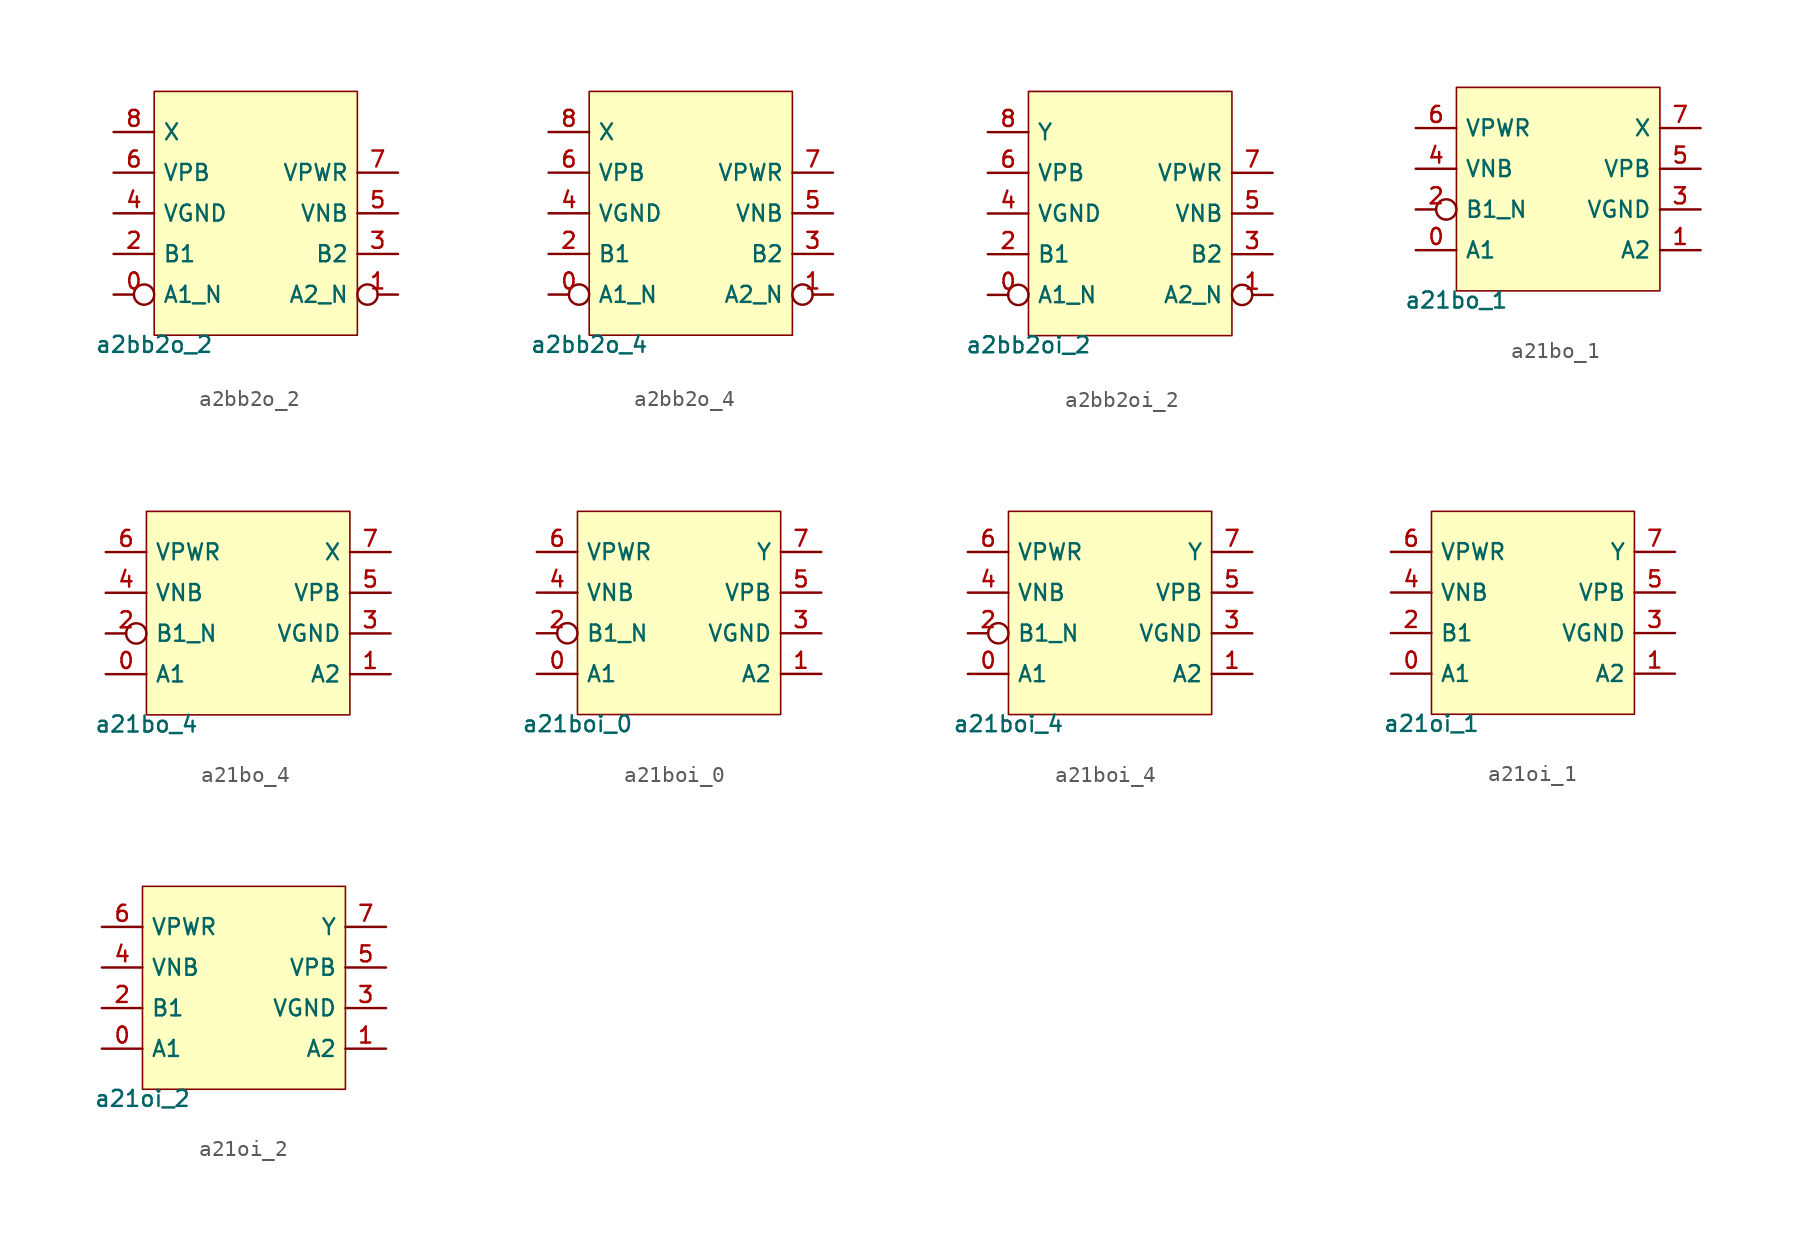
<source format=kicad_sym>
(kicad_symbol_lib
  (version 20211014)
  (generator pdk2kicad)
  (symbol "a2bb2o_2"
    (property "Reference" "X"
      (at 0 0 0)
      (effects (font (size 1 1)) hide))
    (property "Value" "a2bb2o_2"
      (at -6.35 -7.62 0)
      (effects (font (size 1 1)) (justify top)))
    (rectangle
      (start -6.35 -7.62)
      (end 6.35 7.62)
      (stroke (width 0.1) (type solid) (color 0 0 0 0))
      (fill (type background)))
    (pin bidirectional inverted
      (at -8.89 -5.08 0)
      (length 2.54)
      (name "A1_N" (effects (font (size 1 1)) hide))
      (number "0" (effects (font (size 1 1)) hide)))
    (pin bidirectional inverted
      (at 8.89 -5.08 180)
      (length 2.54)
      (name "A2_N" (effects (font (size 1 1)) hide))
      (number "1" (effects (font (size 1 1)) hide)))
    (pin bidirectional line
      (at -8.89 -2.54 0)
      (length 2.54)
      (name "B1" (effects (font (size 1 1)) hide))
      (number "2" (effects (font (size 1 1)) hide)))
    (pin bidirectional line
      (at 8.89 -2.54 180)
      (length 2.54)
      (name "B2" (effects (font (size 1 1)) hide))
      (number "3" (effects (font (size 1 1)) hide)))
    (pin bidirectional line
      (at -8.89 8.881784197001252e-16 0)
      (length 2.54)
      (name "VGND" (effects (font (size 1 1)) hide))
      (number "4" (effects (font (size 1 1)) hide)))
    (pin bidirectional line
      (at 8.89 8.881784197001252e-16 180)
      (length 2.54)
      (name "VNB" (effects (font (size 1 1)) hide))
      (number "5" (effects (font (size 1 1)) hide)))
    (pin bidirectional line
      (at -8.89 2.54 0)
      (length 2.54)
      (name "VPB" (effects (font (size 1 1)) hide))
      (number "6" (effects (font (size 1 1)) hide)))
    (pin bidirectional line
      (at 8.89 2.54 180)
      (length 2.54)
      (name "VPWR" (effects (font (size 1 1)) hide))
      (number "7" (effects (font (size 1 1)) hide)))
    (pin bidirectional line
      (at -8.89 5.08 0)
      (length 2.54)
      (name "X" (effects (font (size 1 1)) hide))
      (number "8" (effects (font (size 1 1)) hide))))
  (symbol "a2bb2o_4"
    (property "Reference" "X"
      (at 0 0 0)
      (effects (font (size 1 1)) hide))
    (property "Value" "a2bb2o_4"
      (at -6.35 -7.62 0)
      (effects (font (size 1 1)) (justify top)))
    (rectangle
      (start -6.35 -7.62)
      (end 6.35 7.62)
      (stroke (width 0.1) (type solid) (color 0 0 0 0))
      (fill (type background)))
    (pin bidirectional inverted
      (at -8.89 -5.08 0)
      (length 2.54)
      (name "A1_N" (effects (font (size 1 1)) hide))
      (number "0" (effects (font (size 1 1)) hide)))
    (pin bidirectional inverted
      (at 8.89 -5.08 180)
      (length 2.54)
      (name "A2_N" (effects (font (size 1 1)) hide))
      (number "1" (effects (font (size 1 1)) hide)))
    (pin bidirectional line
      (at -8.89 -2.54 0)
      (length 2.54)
      (name "B1" (effects (font (size 1 1)) hide))
      (number "2" (effects (font (size 1 1)) hide)))
    (pin bidirectional line
      (at 8.89 -2.54 180)
      (length 2.54)
      (name "B2" (effects (font (size 1 1)) hide))
      (number "3" (effects (font (size 1 1)) hide)))
    (pin bidirectional line
      (at -8.89 8.881784197001252e-16 0)
      (length 2.54)
      (name "VGND" (effects (font (size 1 1)) hide))
      (number "4" (effects (font (size 1 1)) hide)))
    (pin bidirectional line
      (at 8.89 8.881784197001252e-16 180)
      (length 2.54)
      (name "VNB" (effects (font (size 1 1)) hide))
      (number "5" (effects (font (size 1 1)) hide)))
    (pin bidirectional line
      (at -8.89 2.54 0)
      (length 2.54)
      (name "VPB" (effects (font (size 1 1)) hide))
      (number "6" (effects (font (size 1 1)) hide)))
    (pin bidirectional line
      (at 8.89 2.54 180)
      (length 2.54)
      (name "VPWR" (effects (font (size 1 1)) hide))
      (number "7" (effects (font (size 1 1)) hide)))
    (pin bidirectional line
      (at -8.89 5.08 0)
      (length 2.54)
      (name "X" (effects (font (size 1 1)) hide))
      (number "8" (effects (font (size 1 1)) hide))))
  (symbol "a2bb2oi_2"
    (property "Reference" "X"
      (at 0 0 0)
      (effects (font (size 1 1)) hide))
    (property "Value" "a2bb2oi_2"
      (at -6.35 -7.62 0)
      (effects (font (size 1 1)) (justify top)))
    (rectangle
      (start -6.35 -7.62)
      (end 6.35 7.62)
      (stroke (width 0.1) (type solid) (color 0 0 0 0))
      (fill (type background)))
    (pin bidirectional inverted
      (at -8.89 -5.08 0)
      (length 2.54)
      (name "A1_N" (effects (font (size 1 1)) hide))
      (number "0" (effects (font (size 1 1)) hide)))
    (pin bidirectional inverted
      (at 8.89 -5.08 180)
      (length 2.54)
      (name "A2_N" (effects (font (size 1 1)) hide))
      (number "1" (effects (font (size 1 1)) hide)))
    (pin bidirectional line
      (at -8.89 -2.54 0)
      (length 2.54)
      (name "B1" (effects (font (size 1 1)) hide))
      (number "2" (effects (font (size 1 1)) hide)))
    (pin bidirectional line
      (at 8.89 -2.54 180)
      (length 2.54)
      (name "B2" (effects (font (size 1 1)) hide))
      (number "3" (effects (font (size 1 1)) hide)))
    (pin bidirectional line
      (at -8.89 8.881784197001252e-16 0)
      (length 2.54)
      (name "VGND" (effects (font (size 1 1)) hide))
      (number "4" (effects (font (size 1 1)) hide)))
    (pin bidirectional line
      (at 8.89 8.881784197001252e-16 180)
      (length 2.54)
      (name "VNB" (effects (font (size 1 1)) hide))
      (number "5" (effects (font (size 1 1)) hide)))
    (pin bidirectional line
      (at -8.89 2.54 0)
      (length 2.54)
      (name "VPB" (effects (font (size 1 1)) hide))
      (number "6" (effects (font (size 1 1)) hide)))
    (pin bidirectional line
      (at 8.89 2.54 180)
      (length 2.54)
      (name "VPWR" (effects (font (size 1 1)) hide))
      (number "7" (effects (font (size 1 1)) hide)))
    (pin bidirectional line
      (at -8.89 5.08 0)
      (length 2.54)
      (name "Y" (effects (font (size 1 1)) hide))
      (number "8" (effects (font (size 1 1)) hide))))
  (symbol "a21bo_1"
    (property "Reference" "X"
      (at 0 0 0)
      (effects (font (size 1 1)) hide))
    (property "Value" "a21bo_1"
      (at -6.35 -6.35 0)
      (effects (font (size 1 1)) (justify top)))
    (rectangle
      (start -6.35 -6.35)
      (end 6.35 6.35)
      (stroke (width 0.1) (type solid) (color 0 0 0 0))
      (fill (type background)))
    (pin bidirectional line
      (at -8.89 -3.81 0)
      (length 2.54)
      (name "A1" (effects (font (size 1 1)) hide))
      (number "0" (effects (font (size 1 1)) hide)))
    (pin bidirectional line
      (at 8.89 -3.81 180)
      (length 2.54)
      (name "A2" (effects (font (size 1 1)) hide))
      (number "1" (effects (font (size 1 1)) hide)))
    (pin bidirectional inverted
      (at -8.89 -1.27 0)
      (length 2.54)
      (name "B1_N" (effects (font (size 1 1)) hide))
      (number "2" (effects (font (size 1 1)) hide)))
    (pin bidirectional line
      (at 8.89 -1.27 180)
      (length 2.54)
      (name "VGND" (effects (font (size 1 1)) hide))
      (number "3" (effects (font (size 1 1)) hide)))
    (pin bidirectional line
      (at -8.89 1.27 0)
      (length 2.54)
      (name "VNB" (effects (font (size 1 1)) hide))
      (number "4" (effects (font (size 1 1)) hide)))
    (pin bidirectional line
      (at 8.89 1.27 180)
      (length 2.54)
      (name "VPB" (effects (font (size 1 1)) hide))
      (number "5" (effects (font (size 1 1)) hide)))
    (pin bidirectional line
      (at -8.89 3.81 0)
      (length 2.54)
      (name "VPWR" (effects (font (size 1 1)) hide))
      (number "6" (effects (font (size 1 1)) hide)))
    (pin bidirectional line
      (at 8.89 3.81 180)
      (length 2.54)
      (name "X" (effects (font (size 1 1)) hide))
      (number "7" (effects (font (size 1 1)) hide))))
  (symbol "a21bo_4"
    (property "Reference" "X"
      (at 0 0 0)
      (effects (font (size 1 1)) hide))
    (property "Value" "a21bo_4"
      (at -6.35 -6.35 0)
      (effects (font (size 1 1)) (justify top)))
    (rectangle
      (start -6.35 -6.35)
      (end 6.35 6.35)
      (stroke (width 0.1) (type solid) (color 0 0 0 0))
      (fill (type background)))
    (pin bidirectional line
      (at -8.89 -3.81 0)
      (length 2.54)
      (name "A1" (effects (font (size 1 1)) hide))
      (number "0" (effects (font (size 1 1)) hide)))
    (pin bidirectional line
      (at 8.89 -3.81 180)
      (length 2.54)
      (name "A2" (effects (font (size 1 1)) hide))
      (number "1" (effects (font (size 1 1)) hide)))
    (pin bidirectional inverted
      (at -8.89 -1.27 0)
      (length 2.54)
      (name "B1_N" (effects (font (size 1 1)) hide))
      (number "2" (effects (font (size 1 1)) hide)))
    (pin bidirectional line
      (at 8.89 -1.27 180)
      (length 2.54)
      (name "VGND" (effects (font (size 1 1)) hide))
      (number "3" (effects (font (size 1 1)) hide)))
    (pin bidirectional line
      (at -8.89 1.27 0)
      (length 2.54)
      (name "VNB" (effects (font (size 1 1)) hide))
      (number "4" (effects (font (size 1 1)) hide)))
    (pin bidirectional line
      (at 8.89 1.27 180)
      (length 2.54)
      (name "VPB" (effects (font (size 1 1)) hide))
      (number "5" (effects (font (size 1 1)) hide)))
    (pin bidirectional line
      (at -8.89 3.81 0)
      (length 2.54)
      (name "VPWR" (effects (font (size 1 1)) hide))
      (number "6" (effects (font (size 1 1)) hide)))
    (pin bidirectional line
      (at 8.89 3.81 180)
      (length 2.54)
      (name "X" (effects (font (size 1 1)) hide))
      (number "7" (effects (font (size 1 1)) hide))))
  (symbol "a21boi_0"
    (property "Reference" "X"
      (at 0 0 0)
      (effects (font (size 1 1)) hide))
    (property "Value" "a21boi_0"
      (at -6.35 -6.35 0)
      (effects (font (size 1 1)) (justify top)))
    (rectangle
      (start -6.35 -6.35)
      (end 6.35 6.35)
      (stroke (width 0.1) (type solid) (color 0 0 0 0))
      (fill (type background)))
    (pin bidirectional line
      (at -8.89 -3.81 0)
      (length 2.54)
      (name "A1" (effects (font (size 1 1)) hide))
      (number "0" (effects (font (size 1 1)) hide)))
    (pin bidirectional line
      (at 8.89 -3.81 180)
      (length 2.54)
      (name "A2" (effects (font (size 1 1)) hide))
      (number "1" (effects (font (size 1 1)) hide)))
    (pin bidirectional inverted
      (at -8.89 -1.27 0)
      (length 2.54)
      (name "B1_N" (effects (font (size 1 1)) hide))
      (number "2" (effects (font (size 1 1)) hide)))
    (pin bidirectional line
      (at 8.89 -1.27 180)
      (length 2.54)
      (name "VGND" (effects (font (size 1 1)) hide))
      (number "3" (effects (font (size 1 1)) hide)))
    (pin bidirectional line
      (at -8.89 1.27 0)
      (length 2.54)
      (name "VNB" (effects (font (size 1 1)) hide))
      (number "4" (effects (font (size 1 1)) hide)))
    (pin bidirectional line
      (at 8.89 1.27 180)
      (length 2.54)
      (name "VPB" (effects (font (size 1 1)) hide))
      (number "5" (effects (font (size 1 1)) hide)))
    (pin bidirectional line
      (at -8.89 3.81 0)
      (length 2.54)
      (name "VPWR" (effects (font (size 1 1)) hide))
      (number "6" (effects (font (size 1 1)) hide)))
    (pin bidirectional line
      (at 8.89 3.81 180)
      (length 2.54)
      (name "Y" (effects (font (size 1 1)) hide))
      (number "7" (effects (font (size 1 1)) hide))))
  (symbol "a21boi_4"
    (property "Reference" "X"
      (at 0 0 0)
      (effects (font (size 1 1)) hide))
    (property "Value" "a21boi_4"
      (at -6.35 -6.35 0)
      (effects (font (size 1 1)) (justify top)))
    (rectangle
      (start -6.35 -6.35)
      (end 6.35 6.35)
      (stroke (width 0.1) (type solid) (color 0 0 0 0))
      (fill (type background)))
    (pin bidirectional line
      (at -8.89 -3.81 0)
      (length 2.54)
      (name "A1" (effects (font (size 1 1)) hide))
      (number "0" (effects (font (size 1 1)) hide)))
    (pin bidirectional line
      (at 8.89 -3.81 180)
      (length 2.54)
      (name "A2" (effects (font (size 1 1)) hide))
      (number "1" (effects (font (size 1 1)) hide)))
    (pin bidirectional inverted
      (at -8.89 -1.27 0)
      (length 2.54)
      (name "B1_N" (effects (font (size 1 1)) hide))
      (number "2" (effects (font (size 1 1)) hide)))
    (pin bidirectional line
      (at 8.89 -1.27 180)
      (length 2.54)
      (name "VGND" (effects (font (size 1 1)) hide))
      (number "3" (effects (font (size 1 1)) hide)))
    (pin bidirectional line
      (at -8.89 1.27 0)
      (length 2.54)
      (name "VNB" (effects (font (size 1 1)) hide))
      (number "4" (effects (font (size 1 1)) hide)))
    (pin bidirectional line
      (at 8.89 1.27 180)
      (length 2.54)
      (name "VPB" (effects (font (size 1 1)) hide))
      (number "5" (effects (font (size 1 1)) hide)))
    (pin bidirectional line
      (at -8.89 3.81 0)
      (length 2.54)
      (name "VPWR" (effects (font (size 1 1)) hide))
      (number "6" (effects (font (size 1 1)) hide)))
    (pin bidirectional line
      (at 8.89 3.81 180)
      (length 2.54)
      (name "Y" (effects (font (size 1 1)) hide))
      (number "7" (effects (font (size 1 1)) hide))))
  (symbol "a21oi_1"
    (property "Reference" "X"
      (at 0 0 0)
      (effects (font (size 1 1)) hide))
    (property "Value" "a21oi_1"
      (at -6.35 -6.35 0)
      (effects (font (size 1 1)) (justify top)))
    (rectangle
      (start -6.35 -6.35)
      (end 6.35 6.35)
      (stroke (width 0.1) (type solid) (color 0 0 0 0))
      (fill (type background)))
    (pin bidirectional line
      (at -8.89 -3.81 0)
      (length 2.54)
      (name "A1" (effects (font (size 1 1)) hide))
      (number "0" (effects (font (size 1 1)) hide)))
    (pin bidirectional line
      (at 8.89 -3.81 180)
      (length 2.54)
      (name "A2" (effects (font (size 1 1)) hide))
      (number "1" (effects (font (size 1 1)) hide)))
    (pin bidirectional line
      (at -8.89 -1.27 0)
      (length 2.54)
      (name "B1" (effects (font (size 1 1)) hide))
      (number "2" (effects (font (size 1 1)) hide)))
    (pin bidirectional line
      (at 8.89 -1.27 180)
      (length 2.54)
      (name "VGND" (effects (font (size 1 1)) hide))
      (number "3" (effects (font (size 1 1)) hide)))
    (pin bidirectional line
      (at -8.89 1.27 0)
      (length 2.54)
      (name "VNB" (effects (font (size 1 1)) hide))
      (number "4" (effects (font (size 1 1)) hide)))
    (pin bidirectional line
      (at 8.89 1.27 180)
      (length 2.54)
      (name "VPB" (effects (font (size 1 1)) hide))
      (number "5" (effects (font (size 1 1)) hide)))
    (pin bidirectional line
      (at -8.89 3.81 0)
      (length 2.54)
      (name "VPWR" (effects (font (size 1 1)) hide))
      (number "6" (effects (font (size 1 1)) hide)))
    (pin bidirectional line
      (at 8.89 3.81 180)
      (length 2.54)
      (name "Y" (effects (font (size 1 1)) hide))
      (number "7" (effects (font (size 1 1)) hide))))
  (symbol "a21oi_2"
    (property "Reference" "X"
      (at 0 0 0)
      (effects (font (size 1 1)) hide))
    (property "Value" "a21oi_2"
      (at -6.35 -6.35 0)
      (effects (font (size 1 1)) (justify top)))
    (rectangle
      (start -6.35 -6.35)
      (end 6.35 6.35)
      (stroke (width 0.1) (type solid) (color 0 0 0 0))
      (fill (type background)))
    (pin bidirectional line
      (at -8.89 -3.81 0)
      (length 2.54)
      (name "A1" (effects (font (size 1 1)) hide))
      (number "0" (effects (font (size 1 1)) hide)))
    (pin bidirectional line
      (at 8.89 -3.81 180)
      (length 2.54)
      (name "A2" (effects (font (size 1 1)) hide))
      (number "1" (effects (font (size 1 1)) hide)))
    (pin bidirectional line
      (at -8.89 -1.27 0)
      (length 2.54)
      (name "B1" (effects (font (size 1 1)) hide))
      (number "2" (effects (font (size 1 1)) hide)))
    (pin bidirectional line
      (at 8.89 -1.27 180)
      (length 2.54)
      (name "VGND" (effects (font (size 1 1)) hide))
      (number "3" (effects (font (size 1 1)) hide)))
    (pin bidirectional line
      (at -8.89 1.27 0)
      (length 2.54)
      (name "VNB" (effects (font (size 1 1)) hide))
      (number "4" (effects (font (size 1 1)) hide)))
    (pin bidirectional line
      (at 8.89 1.27 180)
      (length 2.54)
      (name "VPB" (effects (font (size 1 1)) hide))
      (number "5" (effects (font (size 1 1)) hide)))
    (pin bidirectional line
      (at -8.89 3.81 0)
      (length 2.54)
      (name "VPWR" (effects (font (size 1 1)) hide))
      (number "6" (effects (font (size 1 1)) hide)))
    (pin bidirectional line
      (at 8.89 3.81 180)
      (length 2.54)
      (name "Y" (effects (font (size 1 1)) hide))
      (number "7" (effects (font (size 1 1)) hide)))))
</source>
